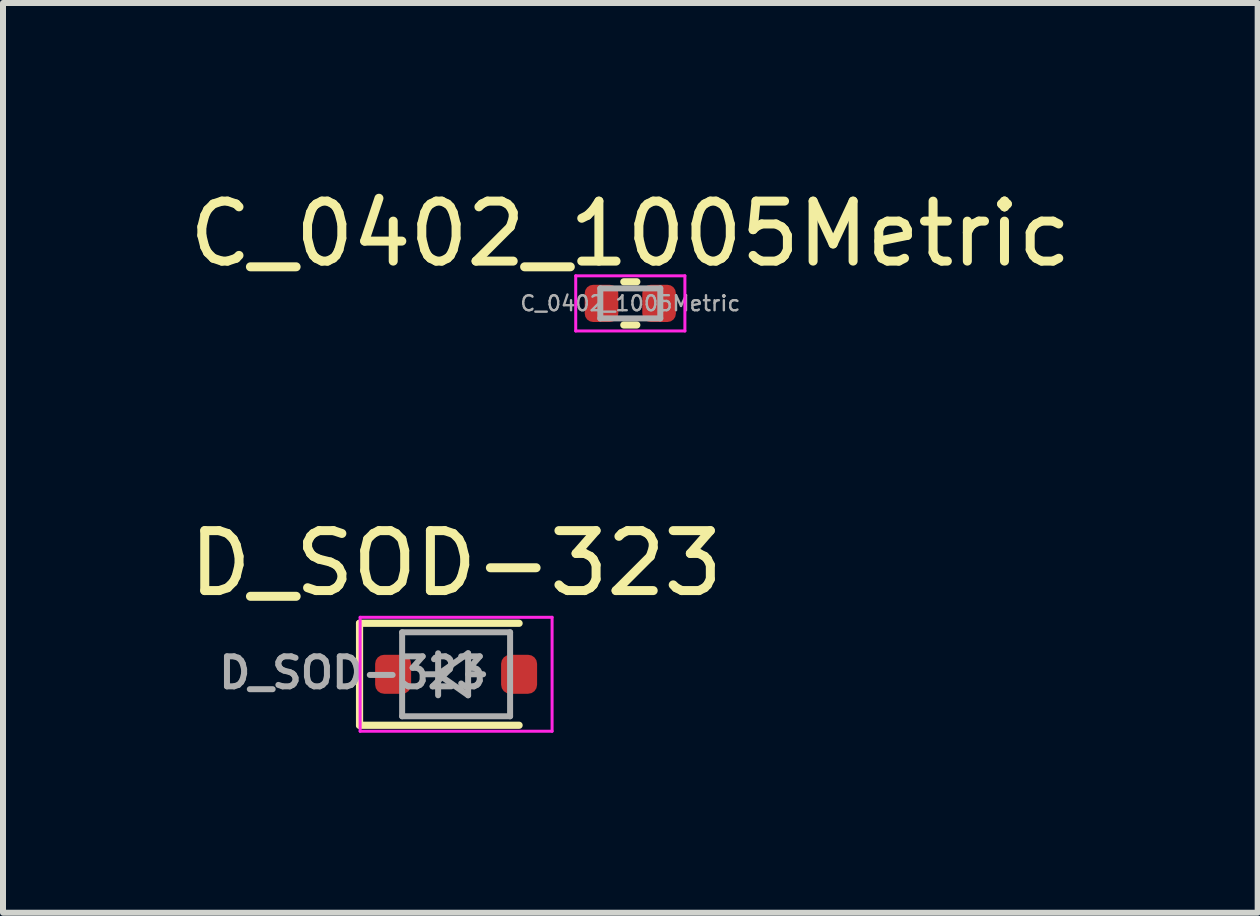
<source format=kicad_pcb>
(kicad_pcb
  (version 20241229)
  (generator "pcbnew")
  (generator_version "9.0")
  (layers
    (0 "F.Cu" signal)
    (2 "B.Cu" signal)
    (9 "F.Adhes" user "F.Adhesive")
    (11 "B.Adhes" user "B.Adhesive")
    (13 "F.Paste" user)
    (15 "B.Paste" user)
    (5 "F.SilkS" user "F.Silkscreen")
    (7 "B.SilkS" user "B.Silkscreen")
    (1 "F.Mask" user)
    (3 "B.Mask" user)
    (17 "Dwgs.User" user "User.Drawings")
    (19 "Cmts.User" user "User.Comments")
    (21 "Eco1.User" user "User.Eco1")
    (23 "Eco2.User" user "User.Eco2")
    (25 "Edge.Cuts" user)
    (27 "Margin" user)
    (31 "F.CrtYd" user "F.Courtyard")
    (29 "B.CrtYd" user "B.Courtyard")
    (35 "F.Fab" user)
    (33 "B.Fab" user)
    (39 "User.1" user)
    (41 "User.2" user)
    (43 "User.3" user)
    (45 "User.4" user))
  (footprint "D_SOD-323"
    (layer "F.Cu")
    (at 4.554 8.191)
    (property "Reference" "D_SOD-323" (at 0 -1.85 0) (layer "F.SilkS") (effects (font (size 1 1) (thickness 0.15))))
    (attr smd)
    (fp_line (start -1.61 -0.85) (end -1.61 0.85) (stroke (width 0.12) (type solid)) (layer "F.SilkS"))
    (fp_line (start -1.61 -0.85) (end 1.05 -0.85) (stroke (width 0.12) (type solid)) (layer "F.SilkS"))
    (fp_line (start -1.61 0.85) (end 1.05 0.85) (stroke (width 0.12) (type solid)) (layer "F.SilkS"))
    (fp_line (start -1.6 -0.95) (end -1.6 0.95) (stroke (width 0.05) (type solid)) (layer "F.CrtYd"))
    (fp_line (start -1.6 -0.95) (end 1.6 -0.95) (stroke (width 0.05) (type solid)) (layer "F.CrtYd"))
    (fp_line (start -1.6 0.95) (end 1.6 0.95) (stroke (width 0.05) (type solid)) (layer "F.CrtYd"))
    (fp_line (start 1.6 -0.95) (end 1.6 0.95) (stroke (width 0.05) (type solid)) (layer "F.CrtYd"))
    (fp_line (start -0.9 -0.7) (end 0.9 -0.7) (stroke (width 0.1) (type solid)) (layer "F.Fab"))
    (fp_line (start -0.9 0.7) (end -0.9 -0.7) (stroke (width 0.1) (type solid)) (layer "F.Fab"))
    (fp_line (start -0.3 -0.35) (end -0.3 0.35) (stroke (width 0.1) (type solid)) (layer "F.Fab"))
    (fp_line (start -0.3 0) (end -0.5 0) (stroke (width 0.1) (type solid)) (layer "F.Fab"))
    (fp_line (start -0.3 0) (end 0.2 -0.35) (stroke (width 0.1) (type solid)) (layer "F.Fab"))
    (fp_line (start 0.2 -0.35) (end 0.2 0.35) (stroke (width 0.1) (type solid)) (layer "F.Fab"))
    (fp_line (start 0.2 0) (end 0.45 0) (stroke (width 0.1) (type solid)) (layer "F.Fab"))
    (fp_line (start 0.2 0.35) (end -0.3 0) (stroke (width 0.1) (type solid)) (layer "F.Fab"))
    (fp_line (start 0.9 -0.7) (end 0.9 0.7) (stroke (width 0.1) (type solid)) (layer "F.Fab"))
    (fp_line (start 0.9 0.7) (end -0.9 0.7) (stroke (width 0.1) (type solid)) (layer "F.Fab"))
    (fp_text user "${REFERENCE}" (at -1.725 -0.025 0) (layer "F.Fab") (effects (font (size 0.5 0.5) (thickness 0.1) (bold yes))))
    (pad "1" smd roundrect (at -1.05 0 180) (size 0.6 0.65) (layers "F.Cu" "F.Mask" "F.Paste") (roundrect_rratio 0.25))
    (pad "2" smd roundrect (at 1.05 0 180) (size 0.6 0.65) (layers "F.Cu" "F.Mask" "F.Paste") (roundrect_rratio 0.25)))
  (footprint "C_0402_1005Metric"
    (layer "F.Cu")
    (at 7.458 2.008)
    (property "Reference" "C_0402_1005Metric" (at 0 -1.16 0) (layer "F.SilkS") (effects (font (size 1 1) (thickness 0.15))))
    (attr smd)
    (fp_line (start -0.108 -0.36) (end 0.108 -0.36) (stroke (width 0.12) (type solid)) (layer "F.SilkS"))
    (fp_line (start -0.108 0.36) (end 0.108 0.36) (stroke (width 0.12) (type solid)) (layer "F.SilkS"))
    (fp_line (start -0.91 -0.46) (end 0.91 -0.46) (stroke (width 0.05) (type solid)) (layer "F.CrtYd"))
    (fp_line (start -0.91 0.46) (end -0.91 -0.46) (stroke (width 0.05) (type solid)) (layer "F.CrtYd"))
    (fp_line (start 0.91 -0.46) (end 0.91 0.46) (stroke (width 0.05) (type solid)) (layer "F.CrtYd"))
    (fp_line (start 0.91 0.46) (end -0.91 0.46) (stroke (width 0.05) (type solid)) (layer "F.CrtYd"))
    (fp_line (start -0.5 -0.25) (end 0.5 -0.25) (stroke (width 0.1) (type solid)) (layer "F.Fab"))
    (fp_line (start -0.5 0.25) (end -0.5 -0.25) (stroke (width 0.1) (type solid)) (layer "F.Fab"))
    (fp_line (start 0.5 -0.25) (end 0.5 0.25) (stroke (width 0.1) (type solid)) (layer "F.Fab"))
    (fp_line (start 0.5 0.25) (end -0.5 0.25) (stroke (width 0.1) (type solid)) (layer "F.Fab"))
    (fp_text user "${REFERENCE}" (at 0 0 0) (layer "F.Fab") (effects (font (size 0.25 0.25) (thickness 0.04))))
    (pad "1" smd roundrect (at -0.48 0 180) (size 0.56 0.62) (layers "F.Cu" "F.Mask" "F.Paste") (roundrect_rratio 0.25))
    (pad "2" smd roundrect (at 0.48 0 180) (size 0.56 0.62) (layers "F.Cu" "F.Mask" "F.Paste") (roundrect_rratio 0.25)))
  (gr_rect
    (start -3 -3)
    (end 17.917 12.166)
    (stroke (width 0.1) (type default))
    (fill no)
    (layer "Edge.Cuts")))
</source>
